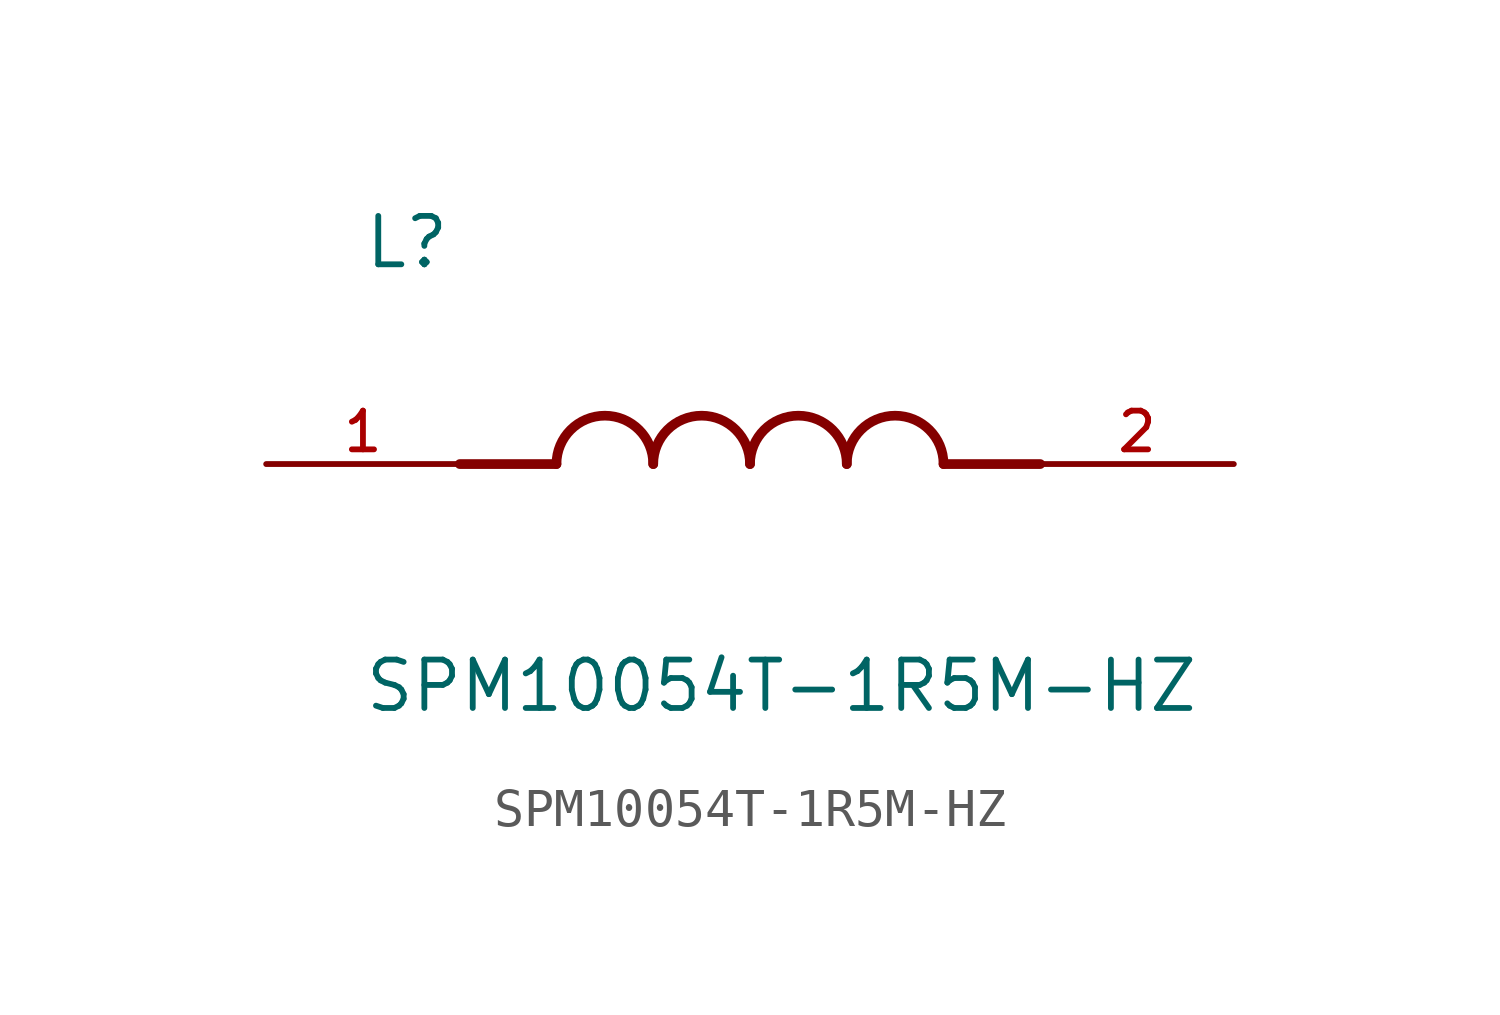
<source format=kicad_sym>
(kicad_symbol_lib
  (version 20211014)
  (generator kicad_symbol_editor)
  (symbol "SPM10054T-1R5M-HZ"
    (pin_names
      (offset 1.016))
    (property "Reference" "L"
      (at -10.16 5.08 0)
      (effects (font (size 1.27 1.27)) (justify bottom left)))
    (property "Value" "SPM10054T-1R5M-HZ"
      (at -10.16 -5.08 0)
      (effects (font (size 1.27 1.27)) (justify top left)))
    (symbol "SPM10054T-1R5M-HZ_0_0"
      (polyline (pts (xy -5.08 0.0) (xy -7.62 0.0)) (stroke (width 0.254)))
      (polyline (pts (xy 5.08 0.0) (xy 7.62 0.0)) (stroke (width 0.254)))
      (arc (start -2.54 0.0) (mid -3.81 1.27) (end -5.08 0.0) (stroke (width 0.254) (type default) (color 0 0 0 0)) (fill (type none)))
      (arc (start 0.0 0.0) (mid -1.27 1.27) (end -2.54 0.0) (stroke (width 0.254) (type default) (color 0 0 0 0)) (fill (type none)))
      (arc (start 2.54 0.0) (mid 1.27 1.27) (end 0.0 0.0) (stroke (width 0.254) (type default) (color 0 0 0 0)) (fill (type none)))
      (arc (start 5.08 0.0) (mid 3.81 1.27) (end 2.54 0.0) (stroke (width 0.254) (type default) (color 0 0 0 0)) (fill (type none)))
      (pin passive line (at -12.7 0.0 0) (length 5.08) (name "~" (effects (font (size 1.016 1.016)))) (number "1" (effects (font (size 1.016 1.016)))))
      (pin passive line (at 12.7 0.0 180.0) (length 5.08) (name "~" (effects (font (size 1.016 1.016)))) (number "2" (effects (font (size 1.016 1.016))))))))
</source>
